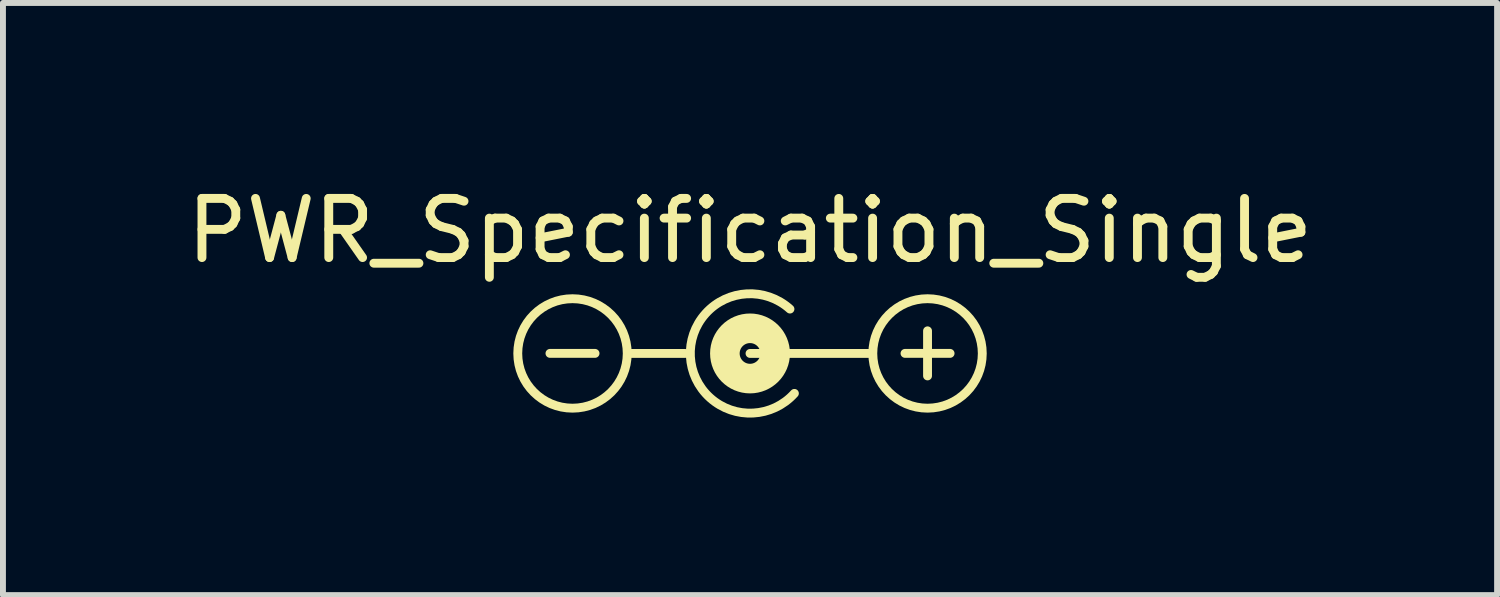
<source format=kicad_pcb>
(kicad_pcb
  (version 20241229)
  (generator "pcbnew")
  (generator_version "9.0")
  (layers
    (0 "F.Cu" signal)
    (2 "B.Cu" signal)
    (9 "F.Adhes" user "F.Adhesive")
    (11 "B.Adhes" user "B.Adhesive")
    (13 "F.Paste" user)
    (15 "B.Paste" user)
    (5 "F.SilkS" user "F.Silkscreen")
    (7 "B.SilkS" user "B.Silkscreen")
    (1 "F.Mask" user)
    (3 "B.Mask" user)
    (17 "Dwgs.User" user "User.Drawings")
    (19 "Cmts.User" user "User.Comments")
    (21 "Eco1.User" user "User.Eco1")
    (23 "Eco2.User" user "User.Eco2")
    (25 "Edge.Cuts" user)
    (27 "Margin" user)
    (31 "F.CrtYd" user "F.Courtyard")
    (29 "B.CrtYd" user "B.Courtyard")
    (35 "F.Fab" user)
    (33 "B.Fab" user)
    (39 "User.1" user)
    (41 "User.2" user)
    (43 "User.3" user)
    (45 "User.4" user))
  (footprint "PWR_Specification_Single"
    (layer "F.Cu")
    (at 9.625 2.848)
    (property "Reference" "PWR_Specification_Single" (at 0 -2 0) (layer "F.SilkS") (effects (font (size 1 1) (thickness 0.15))))
    (attr exclude_from_pos_files exclude_from_bom)
    (fp_line (start -2 0.075) (end -1.1 0.075) (stroke (width 0.15) (type solid)) (layer "F.SilkS"))
    (fp_line (start 0 0.075) (end 2 0.075) (stroke (width 0.15) (type solid)) (layer "F.SilkS"))
    (fp_arc (start 0.75 0.75) (mid -1.007627 0.128033) (end 0.675 -0.675) (stroke (width 0.15) (type solid)) (layer "F.SilkS"))
    (fp_circle (center -3 0.075) (end -3 1) (stroke (width 0.15) (type solid)) (fill no) (layer "F.SilkS"))
    (fp_circle (center 0 0.075) (end 0 0.25) (stroke (width 0.5) (type solid)) (fill no) (layer "F.SilkS"))
    (fp_circle (center 3 0.075) (end 3 1) (stroke (width 0.15) (type solid)) (fill no) (layer "F.SilkS"))
    (fp_text user "+" (at 3 0 0) (layer "F.SilkS") (effects (font (size 1 1) (thickness 0.15))))
    (fp_text user "-" (at -3 0 0) (layer "F.SilkS") (effects (font (size 1 1) (thickness 0.15)))))
  (gr_rect
    (start -3 -3)
    (end 22.25 7.007)
    (stroke (width 0.1) (type default))
    (fill no)
    (layer "Edge.Cuts")))
</source>
